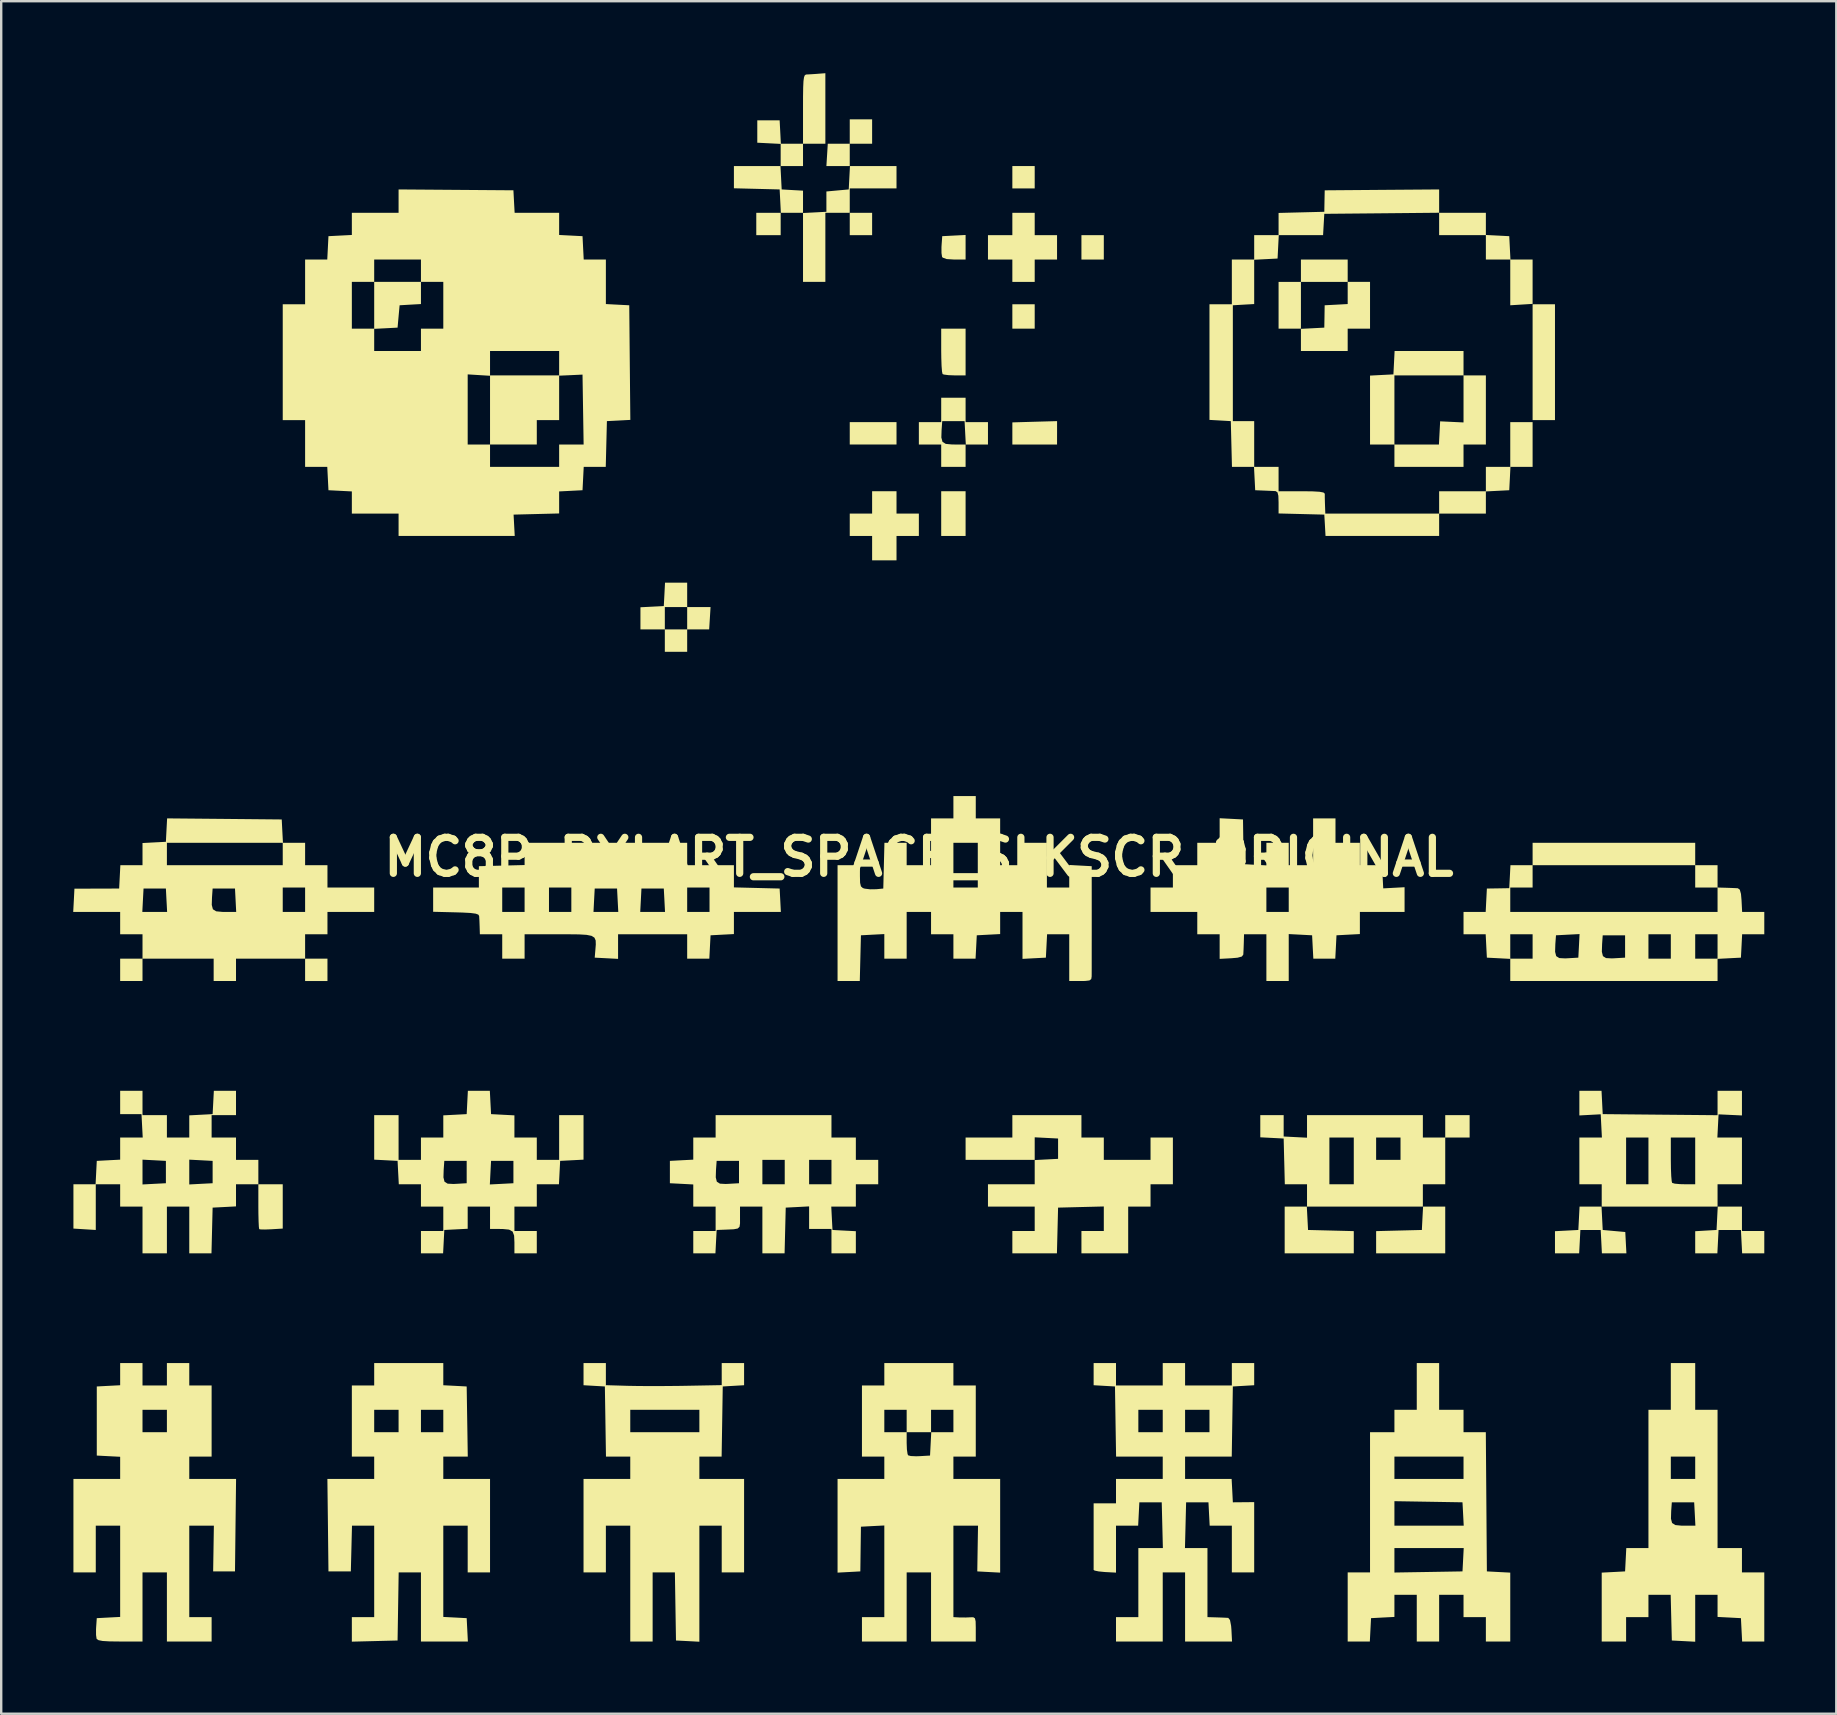
<source format=kicad_pcb>
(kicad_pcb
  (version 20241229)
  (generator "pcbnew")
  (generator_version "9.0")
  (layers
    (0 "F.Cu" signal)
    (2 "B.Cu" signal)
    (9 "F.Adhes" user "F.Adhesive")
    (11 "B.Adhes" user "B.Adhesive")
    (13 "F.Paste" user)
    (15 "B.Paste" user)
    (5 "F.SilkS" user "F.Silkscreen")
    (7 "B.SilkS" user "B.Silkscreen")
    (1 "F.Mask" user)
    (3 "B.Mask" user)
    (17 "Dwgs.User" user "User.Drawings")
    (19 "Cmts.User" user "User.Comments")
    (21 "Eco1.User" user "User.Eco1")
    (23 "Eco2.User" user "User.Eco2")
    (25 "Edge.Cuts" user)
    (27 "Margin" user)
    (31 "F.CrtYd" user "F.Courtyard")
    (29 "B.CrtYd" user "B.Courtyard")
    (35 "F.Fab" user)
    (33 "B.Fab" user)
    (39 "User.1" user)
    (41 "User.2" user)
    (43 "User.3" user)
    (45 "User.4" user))
  (footprint "MC8P_PXLART_SPACE_SLKSCR_ORIGINAL"
    (layer "F.Cu")
    (at 35.23 32.655)
    (property "Reference" "MC8P_PXLART_SPACE_SLKSCR_ORIGINAL" (at 0 0 0) (layer "F.SilkS") (effects (font (size 1.5 1.5) (thickness 0.3))))
    (attr board_only exclude_from_pos_files exclude_from_bom)
    (fp_poly (pts (xy -24.638 4.699) (xy -24.638 5.165) (xy -25.104 5.165) (xy -25.569 5.165) (xy -25.569 4.699) (xy -25.569 4.233) (xy -25.104 4.233) (xy -24.638 4.233)) (stroke (width 0) (type solid)) (fill yes) (layer "F.SilkS"))
    (fp_poly (pts (xy -5.757 -26.374) (xy -5.757 -25.908) (xy -6.265 -25.908) (xy -6.773 -25.908) (xy -6.773 -26.374) (xy -6.773 -26.839) (xy -6.261 -26.839) (xy -5.757 -26.839)) (stroke (width 0) (type solid)) (fill yes) (layer "F.SilkS"))
    (fp_poly (pts (xy -1.947 -26.374) (xy -1.947 -25.908) (xy -2.413 -25.908) (xy -2.879 -25.908) (xy -2.879 -26.374) (xy -2.879 -26.839) (xy -2.413 -26.839) (xy -1.947 -26.839)) (stroke (width 0) (type solid)) (fill yes) (layer "F.SilkS"))
    (fp_poly (pts (xy -0.931 -17.653) (xy -0.931 -17.187) (xy -1.905 -17.187) (xy -2.879 -17.187) (xy -2.879 -17.653) (xy -2.879 -18.119) (xy -1.905 -18.119) (xy -0.931 -18.119)) (stroke (width 0) (type solid)) (fill yes) (layer "F.SilkS"))
    (fp_poly (pts (xy 1.947 -14.309) (xy 1.947 -13.377) (xy 1.439 -13.377) (xy 0.931 -13.377) (xy 0.931 -14.309) (xy 0.931 -15.24) (xy 1.439 -15.24) (xy 1.947 -15.24)) (stroke (width 0) (type solid)) (fill yes) (layer "F.SilkS"))
    (fp_poly (pts (xy 4.826 -28.321) (xy 4.826 -27.855) (xy 4.36 -27.855) (xy 3.895 -27.855) (xy 3.895 -28.321) (xy 3.895 -28.787) (xy 4.36 -28.787) (xy 4.826 -28.787)) (stroke (width 0) (type solid)) (fill yes) (layer "F.SilkS"))
    (fp_poly (pts (xy 4.826 -22.521) (xy 4.826 -22.013) (xy 4.36 -22.013) (xy 3.895 -22.013) (xy 3.895 -22.521) (xy 3.895 -23.029) (xy 4.36 -23.029) (xy 4.826 -23.029)) (stroke (width 0) (type solid)) (fill yes) (layer "F.SilkS"))
    (fp_poly (pts (xy 5.758 -17.674) (xy 5.757 -17.187) (xy 4.826 -17.187) (xy 3.895 -17.187) (xy 3.895 -17.648) (xy 3.895 -18.108) (xy 4.826 -18.135) (xy 5.758 -18.161)) (stroke (width 0) (type solid)) (fill yes) (layer "F.SilkS"))
    (fp_poly (pts (xy 7.705 -25.4) (xy 7.705 -24.892) (xy 7.239 -24.892) (xy 6.773 -24.892) (xy 6.773 -25.4) (xy 6.773 -25.908) (xy 7.239 -25.908) (xy 7.705 -25.908)) (stroke (width 0) (type solid)) (fill yes) (layer "F.SilkS"))
    (fp_poly (pts (xy 26.501 -20.616) (xy 26.501 -18.203) (xy 26.035 -18.203) (xy 25.569 -18.203) (xy 25.569 -20.624) (xy 25.569 -23.029) (xy 26.035 -23.029) (xy 26.501 -23.029)) (stroke (width 0) (type solid)) (fill yes) (layer "F.SilkS"))
    (fp_poly (pts (xy -20.743 -23.499) (xy -20.743 -23.038) (xy -21.188 -23.013) (xy -21.632 -22.987) (xy -21.675 -22.521) (xy -21.717 -22.056) (xy -22.204 -22.03) (xy -22.691 -22.005) (xy -22.691 -22.983) (xy -22.691 -23.961) (xy -21.717 -23.961) (xy -20.743 -23.961)) (stroke (width 0) (type solid)) (fill yes) (layer "F.SilkS"))
    (fp_poly (pts (xy -14.986 -19.135) (xy -14.986 -18.203) (xy -15.452 -18.203) (xy -15.917 -18.203) (xy -15.917 -17.695) (xy -15.917 -17.187) (xy -16.891 -17.187) (xy -17.865 -17.187) (xy -17.865 -18.627) (xy -17.865 -20.066) (xy -16.425 -20.066) (xy -14.986 -20.066)) (stroke (width 0) (type solid)) (fill yes) (layer "F.SilkS"))
    (fp_poly (pts (xy 1.947 -25.404) (xy 1.947 -24.892) (xy 1.479 -24.892) (xy 1.16 -24.912) (xy 0.993 -24.972) (xy 0.966 -25.009) (xy 0.943 -25.163) (xy 0.942 -25.406) (xy 0.947 -25.496) (xy 0.974 -25.866) (xy 1.46 -25.891) (xy 1.947 -25.916)) (stroke (width 0) (type solid)) (fill yes) (layer "F.SilkS"))
    (fp_poly (pts (xy 16.188 15.05) (xy 16.214 15.536) (xy 17.166 15.56) (xy 18.119 15.584) (xy 18.119 16.047) (xy 18.119 16.51) (xy 16.679 16.51) (xy 15.24 16.51) (xy 15.24 15.536) (xy 15.24 14.563) (xy 15.706 14.563) (xy 16.163 14.563)) (stroke (width 0) (type solid)) (fill yes) (layer "F.SilkS"))
    (fp_poly (pts (xy 21.929 15.536) (xy 21.929 16.51) (xy 20.489 16.51) (xy 19.05 16.51) (xy 19.05 16.047) (xy 19.05 15.584) (xy 20.003 15.56) (xy 20.955 15.536) (xy 20.98 15.05) (xy 21.006 14.563) (xy 21.463 14.563) (xy 21.929 14.563)) (stroke (width 0) (type solid)) (fill yes) (layer "F.SilkS"))
    (fp_poly (pts (xy -26.501 14.555) (xy -26.501 15.478) (xy -26.974 15.507) (xy -27.238 15.517) (xy -27.425 15.513) (xy -27.482 15.501) (xy -27.496 15.407) (xy -27.507 15.18) (xy -27.515 14.856) (xy -27.517 14.549) (xy -27.517 13.631) (xy -27.009 13.631) (xy -26.501 13.631)) (stroke (width 0) (type solid)) (fill yes) (layer "F.SilkS"))
    (fp_poly (pts (xy 1.947 -21.04) (xy 1.947 -20.066) (xy 1.496 -20.066) (xy 1.232 -20.076) (xy 1.043 -20.101) (xy 0.988 -20.122) (xy 0.965 -20.225) (xy 0.946 -20.46) (xy 0.935 -20.79) (xy 0.931 -21.096) (xy 0.931 -22.013) (xy 1.439 -22.013) (xy 1.947 -22.013)) (stroke (width 0) (type solid)) (fill yes) (layer "F.SilkS"))
    (fp_poly (pts (xy -5.74 -28.3) (xy -5.715 -27.813) (xy -5.271 -27.787) (xy -4.826 -27.762) (xy -4.826 -27.296) (xy -4.826 -26.839) (xy -5.292 -26.839) (xy -5.749 -26.839) (xy -5.774 -27.326) (xy -5.8 -27.813) (xy -6.752 -27.837) (xy -7.705 -27.861) (xy -7.705 -28.324) (xy -7.705 -28.787) (xy -6.731 -28.787) (xy -5.766 -28.787)) (stroke (width 0) (type solid)) (fill yes) (layer "F.SilkS"))
    (fp_poly (pts (xy 17.865 -24.426) (xy 17.865 -23.961) (xy 16.891 -23.961) (xy 15.917 -23.961) (xy 15.917 -22.983) (xy 15.917 -22.013) (xy 15.452 -22.013) (xy 14.986 -22.013) (xy 14.986 -22.987) (xy 14.986 -23.961) (xy 15.452 -23.961) (xy 15.917 -23.961) (xy 15.917 -24.426) (xy 15.917 -24.892) (xy 16.891 -24.892) (xy 17.865 -24.892)) (stroke (width 0) (type solid)) (fill yes) (layer "F.SilkS"))
    (fp_poly (pts (xy 18.796 -22.987) (xy 18.796 -22.013) (xy 18.33 -22.013) (xy 17.865 -22.013) (xy 17.865 -21.548) (xy 17.865 -21.082) (xy 16.891 -21.082) (xy 15.917 -21.082) (xy 15.917 -21.548) (xy 15.917 -22.005) (xy 16.404 -22.03) (xy 16.891 -22.056) (xy 16.899 -22.521) (xy 16.906 -22.987) (xy 17.386 -23.012) (xy 17.865 -23.038) (xy 17.865 -23.499) (xy 17.865 -23.961) (xy 18.33 -23.961) (xy 18.796 -23.961)) (stroke (width 0) (type solid)) (fill yes) (layer "F.SilkS"))
    (fp_poly (pts (xy -0.931 -14.774) (xy -0.931 -14.309) (xy -0.466 -14.309) (xy 0 -14.309) (xy 0 -13.843) (xy 0 -13.377) (xy -0.466 -13.377) (xy -0.931 -13.377) (xy -0.931 -12.869) (xy -0.931 -12.361) (xy -1.439 -12.361) (xy -1.947 -12.361) (xy -1.947 -12.869) (xy -1.947 -13.377) (xy -2.413 -13.377) (xy -2.879 -13.377) (xy -2.879 -13.843) (xy -2.879 -14.309) (xy -2.413 -14.309) (xy -1.947 -14.309) (xy -1.947 -14.774) (xy -1.947 -15.24) (xy -1.439 -15.24) (xy -0.931 -15.24)) (stroke (width 0) (type solid)) (fill yes) (layer "F.SilkS"))
    (fp_poly (pts (xy 4.826 -26.374) (xy 4.826 -25.908) (xy 5.292 -25.908) (xy 5.757 -25.908) (xy 5.757 -25.4) (xy 5.757 -24.892) (xy 5.292 -24.892) (xy 4.826 -24.892) (xy 4.826 -24.426) (xy 4.826 -23.961) (xy 4.36 -23.961) (xy 3.895 -23.961) (xy 3.895 -24.426) (xy 3.895 -24.892) (xy 3.387 -24.892) (xy 2.879 -24.892) (xy 2.879 -25.4) (xy 2.879 -25.908) (xy 3.387 -25.908) (xy 3.895 -25.908) (xy 3.895 -26.374) (xy 3.895 -26.839) (xy 4.36 -26.839) (xy 4.826 -26.839)) (stroke (width 0) (type solid)) (fill yes) (layer "F.SilkS"))
    (fp_poly (pts (xy 28.465 15.05) (xy 28.49 15.536) (xy 28.96 15.579) (xy 29.43 15.621) (xy 29.453 16.066) (xy 29.477 16.51) (xy 28.967 16.51) (xy 28.456 16.51) (xy 28.431 16.023) (xy 28.406 15.536) (xy 27.982 15.536) (xy 27.559 15.536) (xy 27.534 16.023) (xy 27.508 16.51) (xy 27.004 16.51) (xy 26.501 16.51) (xy 26.501 16.049) (xy 26.501 15.587) (xy 26.988 15.562) (xy 27.474 15.536) (xy 27.5 15.05) (xy 27.525 14.563) (xy 27.987 14.563) (xy 28.44 14.563)) (stroke (width 0) (type solid)) (fill yes) (layer "F.SilkS"))
    (fp_poly (pts (xy 34.29 15.071) (xy 34.29 15.579) (xy 34.756 15.579) (xy 35.221 15.579) (xy 35.221 16.044) (xy 35.221 16.51) (xy 34.76 16.51) (xy 34.298 16.51) (xy 34.273 16.023) (xy 34.248 15.536) (xy 33.782 15.536) (xy 33.316 15.536) (xy 33.291 16.023) (xy 33.266 16.51) (xy 32.804 16.51) (xy 32.343 16.51) (xy 32.343 16.049) (xy 32.343 15.588) (xy 32.787 15.562) (xy 33.232 15.536) (xy 33.257 15.05) (xy 33.282 14.563) (xy 33.782 14.563) (xy 34.29 14.563)) (stroke (width 0) (type solid)) (fill yes) (layer "F.SilkS"))
    (fp_poly (pts (xy -3.895 -31.187) (xy -3.895 -29.718) (xy -4.36 -29.718) (xy -4.826 -29.718) (xy -4.826 -29.252) (xy -4.826 -28.787) (xy -5.296 -28.787) (xy -5.757 -28.787) (xy -5.757 -29.248) (xy -5.757 -29.71) (xy -6.244 -29.735) (xy -6.731 -29.76) (xy -6.731 -30.226) (xy -6.731 -30.692) (xy -6.265 -30.692) (xy -5.8 -30.692) (xy -5.774 -30.205) (xy -5.749 -29.718) (xy -5.287 -29.718) (xy -4.826 -29.718) (xy -4.826 -31.157) (xy -4.825 -31.684) (xy -4.819 -32.065) (xy -4.807 -32.324) (xy -4.785 -32.483) (xy -4.753 -32.567) (xy -4.706 -32.598) (xy -4.678 -32.602) (xy -4.496 -32.611) (xy -4.245 -32.628) (xy -4.212 -32.631) (xy -3.895 -32.655)) (stroke (width 0) (type solid)) (fill yes) (layer "F.SilkS"))
    (fp_poly (pts (xy -9.652 -10.922) (xy -9.652 -10.414) (xy -9.165 -10.414) (xy -8.678 -10.414) (xy -8.707 -9.948) (xy -8.736 -9.483) (xy -9.194 -9.483) (xy -9.652 -9.483) (xy -9.652 -9.017) (xy -9.652 -8.551) (xy -10.118 -8.551) (xy -10.583 -8.551) (xy -10.583 -9.017) (xy -10.583 -9.483) (xy -11.091 -9.483) (xy -11.599 -9.483) (xy -11.599 -9.944) (xy -11.599 -9.948) (xy -10.583 -9.948) (xy -10.583 -9.483) (xy -10.118 -9.483) (xy -9.652 -9.483) (xy -9.652 -9.948) (xy -9.652 -10.414) (xy -10.118 -10.414) (xy -10.583 -10.414) (xy -10.583 -9.948) (xy -11.599 -9.948) (xy -11.599 -10.406) (xy -11.113 -10.431) (xy -10.626 -10.456) (xy -10.6 -10.943) (xy -10.575 -11.43) (xy -10.113 -11.43) (xy -9.652 -11.43)) (stroke (width 0) (type solid)) (fill yes) (layer "F.SilkS"))
    (fp_poly (pts (xy 1.947 -18.627) (xy 1.947 -18.119) (xy 2.413 -18.119) (xy 2.879 -18.119) (xy 2.879 -17.653) (xy 2.879 -17.187) (xy 2.413 -17.187) (xy 1.956 -17.187) (xy 1.93 -17.674) (xy 1.905 -18.161) (xy 1.439 -18.161) (xy 0.974 -18.161) (xy 0.947 -17.791) (xy 0.937 -17.479) (xy 0.985 -17.297) (xy 1.122 -17.212) (xy 1.38 -17.188) (xy 1.483 -17.187) (xy 1.947 -17.187) (xy 1.947 -16.722) (xy 1.947 -16.256) (xy 1.439 -16.256) (xy 0.931 -16.256) (xy 0.931 -16.722) (xy 0.931 -17.187) (xy 0.466 -17.187) (xy 0 -17.187) (xy 0 -17.653) (xy 0 -18.119) (xy 0.466 -18.119) (xy 0.931 -18.119) (xy 0.931 -18.627) (xy 0.931 -19.135) (xy 1.439 -19.135) (xy 1.947 -19.135)) (stroke (width 0) (type solid)) (fill yes) (layer "F.SilkS"))
    (fp_poly (pts (xy 22.691 -20.574) (xy 22.691 -20.066) (xy 21.251 -20.066) (xy 19.812 -20.066) (xy 19.812 -18.627) (xy 19.812 -17.187) (xy 20.739 -17.187) (xy 21.666 -17.187) (xy 21.692 -17.67) (xy 21.717 -18.152) (xy 22.204 -18.129) (xy 22.691 -18.106) (xy 22.691 -19.086) (xy 22.691 -20.066) (xy 23.156 -20.066) (xy 23.622 -20.066) (xy 23.622 -18.627) (xy 23.622 -17.187) (xy 23.156 -17.187) (xy 22.691 -17.187) (xy 22.691 -16.722) (xy 22.691 -16.256) (xy 21.251 -16.256) (xy 19.812 -16.256) (xy 19.812 -16.722) (xy 19.812 -17.187) (xy 19.304 -17.187) (xy 18.796 -17.187) (xy 18.796 -18.622) (xy 18.796 -20.058) (xy 19.283 -20.083) (xy 19.77 -20.108) (xy 19.795 -20.595) (xy 19.82 -21.082) (xy 21.256 -21.082) (xy 22.691 -21.082)) (stroke (width 0) (type solid)) (fill yes) (layer "F.SilkS"))
    (fp_poly (pts (xy -1.947 -30.226) (xy -1.947 -29.718) (xy -2.413 -29.718) (xy -2.879 -29.718) (xy -2.879 -29.252) (xy -2.879 -28.787) (xy -1.905 -28.787) (xy -0.931 -28.787) (xy -0.931 -28.321) (xy -0.931 -27.855) (xy -1.905 -27.855) (xy -2.879 -27.855) (xy -2.879 -27.347) (xy -2.879 -26.839) (xy -3.387 -26.839) (xy -3.895 -26.839) (xy -3.895 -25.4) (xy -3.895 -23.961) (xy -4.36 -23.961) (xy -4.826 -23.961) (xy -4.826 -25.4) (xy -4.826 -26.831) (xy -4.339 -26.856) (xy -3.852 -26.882) (xy -3.852 -27.305) (xy -3.852 -27.728) (xy -3.387 -27.771) (xy -2.921 -27.813) (xy -2.896 -28.3) (xy -2.87 -28.787) (xy -3.361 -28.787) (xy -3.852 -28.786) (xy -3.823 -29.252) (xy -3.794 -29.718) (xy -3.336 -29.718) (xy -2.879 -29.718) (xy -2.879 -30.226) (xy -2.879 -30.734) (xy -2.413 -30.734) (xy -1.947 -30.734)) (stroke (width 0) (type solid)) (fill yes) (layer "F.SilkS"))
    (fp_poly (pts (xy 15.198 11.197) (xy 15.198 11.642) (xy 15.684 11.667) (xy 16.171 11.692) (xy 16.171 11.223) (xy 16.171 10.753) (xy 18.584 10.753) (xy 20.997 10.753) (xy 20.997 11.218) (xy 20.997 11.684) (xy 21.463 11.684) (xy 21.929 11.684) (xy 21.929 11.218) (xy 21.929 10.753) (xy 22.437 10.753) (xy 22.945 10.753) (xy 22.945 11.218) (xy 22.945 11.684) (xy 22.437 11.684) (xy 21.929 11.684) (xy 21.929 12.658) (xy 21.929 13.631) (xy 21.463 13.631) (xy 20.997 13.631) (xy 20.997 14.097) (xy 20.997 14.563) (xy 18.584 14.563) (xy 16.171 14.563) (xy 16.171 14.097) (xy 16.171 13.631) (xy 15.708 13.631) (xy 15.246 13.631) (xy 15.222 12.679) (xy 15.221 12.658) (xy 17.103 12.658) (xy 17.103 13.631) (xy 17.611 13.631) (xy 18.119 13.631) (xy 18.119 12.658) (xy 18.119 12.15) (xy 19.05 12.15) (xy 19.05 12.615) (xy 19.558 12.615) (xy 20.066 12.615) (xy 20.066 12.15) (xy 20.066 11.684) (xy 19.558 11.684) (xy 19.05 11.684) (xy 19.05 12.15) (xy 18.119 12.15) (xy 18.119 11.684) (xy 17.611 11.684) (xy 17.103 11.684) (xy 17.103 12.658) (xy 15.221 12.658) (xy 15.198 11.726) (xy 14.711 11.701) (xy 14.224 11.676) (xy 14.224 11.214) (xy 14.224 10.753) (xy 14.711 10.753) (xy 15.198 10.752)) (stroke (width 0) (type solid)) (fill yes) (layer "F.SilkS"))
    (fp_poly (pts (xy 28.465 10.223) (xy 28.49 10.71) (xy 30.882 10.733) (xy 33.274 10.755) (xy 33.274 10.246) (xy 33.274 9.737) (xy 33.782 9.737) (xy 34.29 9.737) (xy 34.29 10.251) (xy 34.29 10.765) (xy 33.803 10.742) (xy 33.316 10.719) (xy 33.291 11.202) (xy 33.266 11.684) (xy 33.778 11.684) (xy 34.29 11.684) (xy 34.29 12.658) (xy 34.29 13.631) (xy 33.782 13.631) (xy 33.274 13.631) (xy 33.274 14.097) (xy 33.274 14.563) (xy 30.861 14.563) (xy 28.448 14.563) (xy 28.448 14.097) (xy 28.448 13.631) (xy 27.982 13.631) (xy 27.517 13.631) (xy 27.517 12.658) (xy 29.464 12.658) (xy 29.464 13.631) (xy 29.93 13.631) (xy 30.395 13.631) (xy 30.395 12.658) (xy 30.395 12.601) (xy 31.327 12.601) (xy 31.332 12.98) (xy 31.345 13.293) (xy 31.364 13.505) (xy 31.383 13.575) (xy 31.493 13.607) (xy 31.715 13.627) (xy 31.891 13.631) (xy 32.343 13.631) (xy 32.343 12.658) (xy 32.343 11.684) (xy 31.835 11.684) (xy 31.327 11.684) (xy 31.327 12.601) (xy 30.395 12.601) (xy 30.395 11.684) (xy 29.93 11.684) (xy 29.464 11.684) (xy 29.464 12.658) (xy 27.517 12.658) (xy 27.517 11.684) (xy 27.987 11.684) (xy 28.456 11.684) (xy 28.431 11.201) (xy 28.406 10.717) (xy 27.961 10.741) (xy 27.517 10.765) (xy 27.517 10.251) (xy 27.517 9.737) (xy 27.978 9.737) (xy 28.44 9.737)) (stroke (width 0) (type solid)) (fill yes) (layer "F.SilkS"))
    (fp_poly (pts (xy 6.773 11.218) (xy 6.773 11.684) (xy 7.239 11.684) (xy 7.705 11.684) (xy 7.705 12.15) (xy 7.705 12.615) (xy 8.678 12.615) (xy 9.652 12.615) (xy 9.652 12.15) (xy 9.652 11.684) (xy 10.118 11.684) (xy 10.583 11.684) (xy 10.583 12.658) (xy 10.583 13.631) (xy 10.118 13.631) (xy 9.652 13.631) (xy 9.652 14.097) (xy 9.652 14.563) (xy 9.186 14.563) (xy 8.721 14.563) (xy 8.721 15.536) (xy 8.721 16.51) (xy 7.747 16.51) (xy 6.773 16.51) (xy 6.773 16.044) (xy 6.773 15.579) (xy 7.239 15.579) (xy 7.705 15.579) (xy 7.705 15.068) (xy 7.705 14.557) (xy 6.752 14.581) (xy 5.8 14.605) (xy 5.776 15.557) (xy 5.752 16.51) (xy 4.823 16.51) (xy 3.895 16.51) (xy 3.895 16.044) (xy 3.895 15.579) (xy 4.36 15.579) (xy 4.826 15.579) (xy 4.826 15.071) (xy 4.826 14.563) (xy 3.852 14.563) (xy 2.879 14.563) (xy 2.879 14.097) (xy 2.879 13.631) (xy 3.852 13.631) (xy 4.826 13.631) (xy 4.826 13.123) (xy 4.826 12.624) (xy 5.313 12.598) (xy 5.8 12.573) (xy 5.8 12.15) (xy 5.8 11.726) (xy 5.313 11.701) (xy 4.826 11.676) (xy 4.826 12.15) (xy 4.826 12.615) (xy 3.387 12.615) (xy 1.947 12.615) (xy 1.947 12.15) (xy 1.947 11.684) (xy 2.921 11.684) (xy 3.895 11.684) (xy 3.895 11.218) (xy 3.895 10.753) (xy 5.334 10.753) (xy 6.773 10.753)) (stroke (width 0) (type solid)) (fill yes) (layer "F.SilkS"))
    (fp_poly (pts (xy -13.039 21.542) (xy -13.039 22.002) (xy -12.129 22.029) (xy -11.723 22.036) (xy -11.202 22.04) (xy -10.619 22.038) (xy -10.027 22.033) (xy -9.716 22.028) (xy -8.213 22) (xy -8.213 21.541) (xy -8.213 21.082) (xy -7.747 21.082) (xy -7.281 21.082) (xy -7.281 21.543) (xy -7.281 22.004) (xy -7.726 22.03) (xy -8.17 22.056) (xy -8.193 23.516) (xy -8.217 24.977) (xy -8.68 24.977) (xy -9.144 24.977) (xy -9.144 25.442) (xy -9.144 25.908) (xy -8.213 25.908) (xy -7.281 25.908) (xy -7.281 27.855) (xy -7.281 29.803) (xy -7.747 29.803) (xy -8.213 29.803) (xy -8.213 28.829) (xy -8.213 27.855) (xy -8.678 27.855) (xy -9.144 27.855) (xy -9.144 30.273) (xy -9.144 32.69) (xy -9.631 32.664) (xy -10.118 32.639) (xy -10.141 31.221) (xy -10.164 29.803) (xy -10.628 29.803) (xy -11.091 29.803) (xy -11.091 31.242) (xy -11.091 32.681) (xy -11.557 32.681) (xy -12.023 32.681) (xy -12.023 30.268) (xy -12.023 27.855) (xy -12.531 27.855) (xy -13.039 27.855) (xy -13.039 28.829) (xy -13.039 29.803) (xy -13.504 29.803) (xy -13.97 29.803) (xy -13.97 27.855) (xy -13.97 25.908) (xy -12.996 25.908) (xy -12.023 25.908) (xy -12.023 25.442) (xy -12.023 24.977) (xy -12.529 24.977) (xy -13.035 24.977) (xy -13.058 23.516) (xy -13.058 23.495) (xy -12.023 23.495) (xy -12.023 23.961) (xy -10.583 23.961) (xy -9.144 23.961) (xy -9.144 23.495) (xy -9.144 23.029) (xy -10.583 23.029) (xy -12.023 23.029) (xy -12.023 23.495) (xy -13.058 23.495) (xy -13.081 22.056) (xy -13.525 22.03) (xy -13.97 22.004) (xy -13.97 21.543) (xy -13.97 21.082) (xy -13.504 21.082) (xy -13.039 21.082)) (stroke (width 0) (type solid)) (fill yes) (layer "F.SilkS"))
    (fp_poly (pts (xy 32.343 22.056) (xy 32.343 23.029) (xy 32.808 23.029) (xy 33.274 23.029) (xy 33.274 25.908) (xy 33.274 28.787) (xy 33.782 28.787) (xy 34.29 28.787) (xy 34.29 29.295) (xy 34.29 29.803) (xy 34.756 29.803) (xy 35.221 29.803) (xy 35.221 31.242) (xy 35.221 32.681) (xy 34.76 32.681) (xy 34.298 32.681) (xy 34.273 32.194) (xy 34.248 31.708) (xy 33.761 31.682) (xy 33.274 31.657) (xy 33.274 31.195) (xy 33.274 30.734) (xy 32.808 30.734) (xy 32.343 30.734) (xy 32.343 31.712) (xy 32.343 32.69) (xy 31.856 32.664) (xy 31.369 32.639) (xy 31.345 31.686) (xy 31.321 30.734) (xy 30.858 30.734) (xy 30.395 30.734) (xy 30.395 31.2) (xy 30.395 31.665) (xy 29.93 31.665) (xy 29.464 31.665) (xy 29.464 32.173) (xy 29.464 32.681) (xy 28.956 32.681) (xy 28.448 32.681) (xy 28.448 31.246) (xy 28.448 29.811) (xy 28.935 29.786) (xy 29.422 29.76) (xy 29.447 29.273) (xy 29.472 28.787) (xy 29.934 28.787) (xy 30.395 28.787) (xy 30.395 27.564) (xy 31.333 27.564) (xy 31.38 27.745) (xy 31.517 27.83) (xy 31.775 27.855) (xy 31.879 27.855) (xy 32.351 27.855) (xy 32.326 27.369) (xy 32.3 26.882) (xy 31.835 26.882) (xy 31.369 26.882) (xy 31.342 27.251) (xy 31.333 27.564) (xy 30.395 27.564) (xy 30.395 25.908) (xy 30.395 25.442) (xy 31.327 25.442) (xy 31.327 25.908) (xy 31.835 25.908) (xy 32.343 25.908) (xy 32.343 25.442) (xy 32.343 24.977) (xy 31.835 24.977) (xy 31.327 24.977) (xy 31.327 25.442) (xy 30.395 25.442) (xy 30.395 23.029) (xy 30.861 23.029) (xy 31.327 23.029) (xy 31.327 22.056) (xy 31.327 21.082) (xy 31.835 21.082) (xy 32.343 21.082)) (stroke (width 0) (type solid)) (fill yes) (layer "F.SilkS"))
    (fp_poly (pts (xy -19.812 21.543) (xy -19.812 22.005) (xy -19.325 22.03) (xy -18.838 22.056) (xy -18.815 23.516) (xy -18.792 24.977) (xy -19.302 24.977) (xy -19.812 24.977) (xy -19.812 25.442) (xy -19.812 25.908) (xy -18.838 25.908) (xy -17.865 25.908) (xy -17.865 27.855) (xy -17.865 29.803) (xy -18.33 29.803) (xy -18.796 29.803) (xy -18.796 28.829) (xy -18.796 27.855) (xy -19.304 27.855) (xy -19.812 27.855) (xy -19.812 29.756) (xy -19.812 31.657) (xy -19.325 31.682) (xy -18.838 31.708) (xy -18.813 32.194) (xy -18.788 32.681) (xy -19.765 32.681) (xy -20.743 32.681) (xy -20.743 31.242) (xy -20.743 29.803) (xy -21.207 29.803) (xy -21.671 29.803) (xy -21.694 31.221) (xy -21.717 32.639) (xy -22.669 32.663) (xy -23.622 32.687) (xy -23.622 32.176) (xy -23.622 31.665) (xy -23.156 31.665) (xy -22.691 31.665) (xy -22.691 29.76) (xy -22.691 27.855) (xy -23.154 27.855) (xy -23.616 27.855) (xy -23.64 28.808) (xy -23.664 29.76) (xy -24.13 29.76) (xy -24.596 29.76) (xy -24.618 27.834) (xy -24.641 25.908) (xy -23.666 25.908) (xy -22.691 25.908) (xy -22.691 25.442) (xy -22.691 24.977) (xy -23.156 24.977) (xy -23.622 24.977) (xy -23.622 23.495) (xy -22.691 23.495) (xy -22.691 23.961) (xy -22.183 23.961) (xy -21.675 23.961) (xy -21.675 23.495) (xy -20.743 23.495) (xy -20.743 23.961) (xy -20.278 23.961) (xy -19.812 23.961) (xy -19.812 23.495) (xy -19.812 23.029) (xy -20.278 23.029) (xy -20.743 23.029) (xy -20.743 23.495) (xy -21.675 23.495) (xy -21.675 23.029) (xy -22.183 23.029) (xy -22.691 23.029) (xy -22.691 23.495) (xy -23.622 23.495) (xy -23.622 22.013) (xy -23.156 22.013) (xy -22.691 22.013) (xy -22.691 21.548) (xy -22.691 21.082) (xy -21.251 21.082) (xy -19.812 21.082)) (stroke (width 0) (type solid)) (fill yes) (layer "F.SilkS"))
    (fp_poly (pts (xy -32.343 21.548) (xy -32.343 22.013) (xy -31.835 22.013) (xy -31.327 22.013) (xy -31.327 21.548) (xy -31.327 21.082) (xy -30.861 21.082) (xy -30.395 21.082) (xy -30.395 21.548) (xy -30.395 22.013) (xy -29.93 22.013) (xy -29.464 22.013) (xy -29.464 23.495) (xy -29.464 24.977) (xy -29.93 24.977) (xy -30.395 24.977) (xy -30.395 25.442) (xy -30.395 25.908) (xy -29.42 25.908) (xy -28.445 25.908) (xy -28.468 27.834) (xy -28.49 29.76) (xy -28.945 29.76) (xy -29.4 29.76) (xy -29.385 28.808) (xy -29.37 27.855) (xy -29.883 27.855) (xy -30.395 27.855) (xy -30.395 29.76) (xy -30.395 31.665) (xy -29.93 31.665) (xy -29.464 31.665) (xy -29.464 32.173) (xy -29.464 32.681) (xy -30.395 32.681) (xy -31.327 32.681) (xy -31.327 31.242) (xy -31.327 29.803) (xy -31.835 29.803) (xy -32.343 29.803) (xy -32.343 31.242) (xy -32.343 32.681) (xy -33.277 32.681) (xy -33.712 32.676) (xy -34.003 32.659) (xy -34.174 32.626) (xy -34.25 32.575) (xy -34.256 32.564) (xy -34.278 32.411) (xy -34.279 32.168) (xy -34.274 32.077) (xy -34.248 31.708) (xy -33.761 31.682) (xy -33.274 31.657) (xy -33.274 29.756) (xy -33.274 27.855) (xy -33.782 27.855) (xy -34.29 27.855) (xy -34.29 28.829) (xy -34.29 29.803) (xy -34.756 29.803) (xy -35.221 29.803) (xy -35.221 27.855) (xy -35.221 25.908) (xy -34.248 25.908) (xy -33.274 25.908) (xy -33.274 25.447) (xy -33.274 24.985) (xy -33.761 24.96) (xy -34.248 24.934) (xy -34.248 23.495) (xy -32.343 23.495) (xy -32.343 23.961) (xy -31.835 23.961) (xy -31.327 23.961) (xy -31.327 23.495) (xy -31.327 23.029) (xy -31.835 23.029) (xy -32.343 23.029) (xy -32.343 23.495) (xy -34.248 23.495) (xy -34.248 22.056) (xy -33.761 22.03) (xy -33.274 22.005) (xy -33.274 21.543) (xy -33.274 21.082) (xy -32.808 21.082) (xy -32.343 21.082)) (stroke (width 0) (type solid)) (fill yes) (layer "F.SilkS"))
    (fp_poly (pts (xy 21.675 22.056) (xy 21.675 23.029) (xy 22.183 23.029) (xy 22.691 23.029) (xy 22.691 23.495) (xy 22.691 23.961) (xy 23.155 23.961) (xy 23.62 23.961) (xy 23.642 26.86) (xy 23.664 29.76) (xy 24.151 29.786) (xy 24.638 29.811) (xy 24.638 31.246) (xy 24.638 32.681) (xy 24.13 32.681) (xy 23.622 32.681) (xy 23.622 32.173) (xy 23.622 31.665) (xy 23.156 31.665) (xy 22.691 31.665) (xy 22.691 31.2) (xy 22.691 30.734) (xy 22.183 30.734) (xy 21.675 30.734) (xy 21.675 31.708) (xy 21.675 32.681) (xy 21.209 32.681) (xy 20.743 32.681) (xy 20.743 31.708) (xy 20.743 30.734) (xy 20.278 30.734) (xy 19.812 30.734) (xy 19.812 31.195) (xy 19.812 31.657) (xy 19.325 31.682) (xy 18.838 31.708) (xy 18.813 32.194) (xy 18.788 32.681) (xy 18.326 32.681) (xy 17.865 32.681) (xy 17.865 31.242) (xy 17.865 29.803) (xy 18.33 29.803) (xy 18.796 29.803) (xy 18.796 29.297) (xy 19.812 29.297) (xy 19.812 29.807) (xy 21.23 29.784) (xy 22.648 29.76) (xy 22.674 29.273) (xy 22.699 28.787) (xy 21.256 28.787) (xy 19.812 28.787) (xy 19.812 29.297) (xy 18.796 29.297) (xy 18.796 27.345) (xy 19.812 27.345) (xy 19.812 27.855) (xy 21.256 27.855) (xy 22.699 27.855) (xy 22.674 27.369) (xy 22.648 26.882) (xy 21.23 26.858) (xy 19.812 26.835) (xy 19.812 27.345) (xy 18.796 27.345) (xy 18.796 26.882) (xy 18.796 25.442) (xy 19.812 25.442) (xy 19.812 25.908) (xy 21.251 25.908) (xy 22.691 25.908) (xy 22.691 25.442) (xy 22.691 24.977) (xy 21.251 24.977) (xy 19.812 24.977) (xy 19.812 25.442) (xy 18.796 25.442) (xy 18.796 23.961) (xy 19.304 23.961) (xy 19.812 23.961) (xy 19.812 23.495) (xy 19.812 23.029) (xy 20.278 23.029) (xy 20.743 23.029) (xy 20.743 22.056) (xy 20.743 21.082) (xy 21.209 21.082) (xy 21.675 21.082)) (stroke (width 0) (type solid)) (fill yes) (layer "F.SilkS"))
    (fp_poly (pts (xy 13.018 -1.592) (xy 13.504 -1.566) (xy 13.517 -0.635) (xy 13.53 0.296) (xy 14.004 0.322) (xy 14.478 0.347) (xy 14.478 -0.123) (xy 14.478 -0.593) (xy 14.944 -0.593) (xy 15.409 -0.593) (xy 15.409 -0.127) (xy 15.409 0.339) (xy 15.917 0.339) (xy 16.425 0.339) (xy 16.425 -0.635) (xy 16.425 -1.609) (xy 16.891 -1.609) (xy 17.357 -1.609) (xy 17.357 -1.101) (xy 17.357 -0.593) (xy 17.865 -0.593) (xy 18.373 -0.593) (xy 18.373 -0.127) (xy 18.373 0.339) (xy 18.834 0.339) (xy 19.296 0.339) (xy 19.321 0.822) (xy 19.346 1.305) (xy 19.791 1.281) (xy 20.235 1.257) (xy 20.235 1.772) (xy 20.235 2.286) (xy 19.304 2.286) (xy 18.373 2.286) (xy 18.373 2.747) (xy 18.373 3.209) (xy 17.886 3.234) (xy 17.399 3.26) (xy 17.374 3.747) (xy 17.348 4.233) (xy 16.891 4.233) (xy 16.434 4.233) (xy 16.408 3.747) (xy 16.383 3.26) (xy 15.896 3.234) (xy 15.409 3.209) (xy 15.409 4.187) (xy 15.409 5.165) (xy 14.944 5.165) (xy 14.478 5.165) (xy 14.478 4.191) (xy 14.478 3.217) (xy 14.012 3.217) (xy 13.547 3.217) (xy 13.537 3.577) (xy 13.528 3.833) (xy 13.518 4.029) (xy 13.516 4.064) (xy 13.457 4.144) (xy 13.279 4.193) (xy 13.018 4.216) (xy 12.531 4.242) (xy 12.531 3.73) (xy 12.531 3.217) (xy 12.065 3.217) (xy 11.599 3.217) (xy 11.599 2.752) (xy 11.599 2.286) (xy 10.626 2.286) (xy 9.652 2.286) (xy 9.652 1.778) (xy 14.478 1.778) (xy 14.478 2.286) (xy 14.944 2.286) (xy 15.409 2.286) (xy 15.409 1.778) (xy 15.409 1.27) (xy 14.944 1.27) (xy 14.478 1.27) (xy 14.478 1.778) (xy 9.652 1.778) (xy 9.652 1.27) (xy 10.118 1.27) (xy 10.583 1.27) (xy 10.583 0.804) (xy 10.583 0.339) (xy 11.091 0.339) (xy 11.599 0.339) (xy 11.599 -0.127) (xy 11.599 -0.593) (xy 12.065 -0.593) (xy 12.531 -0.593) (xy 12.531 -1.105) (xy 12.531 -1.617)) (stroke (width 0) (type solid)) (fill yes) (layer "F.SilkS"))
    (fp_poly (pts (xy 1.439 21.548) (xy 1.439 22.013) (xy 1.905 22.013) (xy 2.371 22.013) (xy 2.371 23.495) (xy 2.371 24.977) (xy 1.905 24.977) (xy 1.439 24.977) (xy 1.439 25.442) (xy 1.439 25.908) (xy 2.413 25.908) (xy 3.387 25.908) (xy 3.387 27.86) (xy 3.387 29.811) (xy 2.91 29.786) (xy 2.434 29.76) (xy 2.449 28.808) (xy 2.465 27.855) (xy 1.952 27.855) (xy 1.439 27.855) (xy 1.439 29.76) (xy 1.439 31.665) (xy 1.672 31.678) (xy 1.949 31.681) (xy 2.138 31.673) (xy 2.266 31.67) (xy 2.336 31.714) (xy 2.365 31.842) (xy 2.371 32.092) (xy 2.371 32.168) (xy 2.371 32.681) (xy 1.439 32.681) (xy 0.508 32.681) (xy 0.508 31.242) (xy 0.508 29.803) (xy 0 29.803) (xy -0.508 29.803) (xy -0.508 31.242) (xy -0.508 32.681) (xy -1.439 32.681) (xy -2.371 32.681) (xy -2.371 32.173) (xy -2.371 31.665) (xy -1.905 31.665) (xy -1.439 31.665) (xy -1.439 29.756) (xy -1.439 27.847) (xy -1.926 27.872) (xy -2.413 27.898) (xy -2.426 28.829) (xy -2.438 29.76) (xy -2.912 29.786) (xy -3.387 29.811) (xy -3.387 27.86) (xy -3.387 25.908) (xy -2.413 25.908) (xy -1.439 25.908) (xy -1.439 25.442) (xy -1.439 24.977) (xy -1.905 24.977) (xy -2.371 24.977) (xy -2.371 23.495) (xy -1.439 23.495) (xy -1.439 23.961) (xy -0.974 23.961) (xy -0.508 23.961) (xy -0.508 24.412) (xy -0.498 24.677) (xy -0.471 24.867) (xy -0.448 24.924) (xy -0.335 24.954) (xy -0.113 24.964) (xy 0.039 24.959) (xy 0.466 24.934) (xy 0.491 24.448) (xy 0.516 23.961) (xy 0.978 23.961) (xy 1.439 23.961) (xy 1.439 23.495) (xy 1.439 23.029) (xy 0.974 23.029) (xy 0.508 23.029) (xy 0.508 23.495) (xy 0.508 23.961) (xy 0 23.961) (xy -0.508 23.961) (xy -0.508 23.495) (xy -0.508 23.029) (xy -0.974 23.029) (xy -1.439 23.029) (xy -1.439 23.495) (xy -2.371 23.495) (xy -2.371 22.013) (xy -1.905 22.013) (xy -1.439 22.013) (xy -1.439 21.548) (xy -1.439 21.082) (xy 0 21.082) (xy 1.439 21.082)) (stroke (width 0) (type solid)) (fill yes) (layer "F.SilkS"))
    (fp_poly (pts (xy -32.343 10.245) (xy -32.343 10.753) (xy -31.835 10.753) (xy -31.327 10.753) (xy -31.327 11.218) (xy -31.327 11.684) (xy -30.861 11.684) (xy -30.395 11.684) (xy -30.395 11.223) (xy -30.395 10.761) (xy -29.909 10.736) (xy -29.422 10.71) (xy -29.396 10.223) (xy -29.371 9.737) (xy -28.909 9.737) (xy -28.448 9.737) (xy -28.448 10.245) (xy -28.448 10.753) (xy -28.956 10.753) (xy -29.464 10.753) (xy -29.464 11.218) (xy -29.464 11.684) (xy -28.956 11.684) (xy -28.448 11.684) (xy -28.448 12.15) (xy -28.448 12.615) (xy -27.982 12.615) (xy -27.517 12.615) (xy -27.517 13.123) (xy -27.517 13.631) (xy -27.982 13.631) (xy -28.448 13.631) (xy -28.448 14.093) (xy -28.448 14.554) (xy -28.935 14.58) (xy -29.422 14.605) (xy -29.446 15.557) (xy -29.47 16.51) (xy -29.932 16.51) (xy -30.395 16.51) (xy -30.395 15.536) (xy -30.395 14.563) (xy -30.861 14.563) (xy -31.327 14.563) (xy -31.327 15.536) (xy -31.327 16.51) (xy -31.835 16.51) (xy -32.343 16.51) (xy -32.343 15.536) (xy -32.343 14.563) (xy -32.808 14.563) (xy -33.274 14.563) (xy -33.274 14.097) (xy -33.274 13.631) (xy -33.782 13.631) (xy -34.29 13.631) (xy -34.29 14.584) (xy -34.29 15.536) (xy -34.756 15.507) (xy -35.221 15.478) (xy -35.221 14.555) (xy -35.221 13.631) (xy -34.76 13.631) (xy -34.298 13.631) (xy -34.273 13.145) (xy -34.272 13.123) (xy -32.343 13.123) (xy -32.343 13.64) (xy -31.856 13.614) (xy -31.369 13.589) (xy -31.369 13.123) (xy -30.395 13.123) (xy -30.395 13.64) (xy -29.909 13.614) (xy -29.422 13.589) (xy -29.422 13.123) (xy -29.422 12.658) (xy -29.909 12.632) (xy -30.395 12.607) (xy -30.395 13.123) (xy -31.369 13.123) (xy -31.369 12.658) (xy -31.856 12.632) (xy -32.343 12.607) (xy -32.343 13.123) (xy -34.272 13.123) (xy -34.248 12.658) (xy -33.761 12.632) (xy -33.274 12.607) (xy -33.274 12.145) (xy -33.274 11.684) (xy -32.804 11.684) (xy -32.334 11.684) (xy -32.36 11.197) (xy -32.385 10.71) (xy -32.83 10.71) (xy -33.274 10.71) (xy -33.274 10.223) (xy -33.274 9.737) (xy -32.808 9.737) (xy -32.343 9.737)) (stroke (width 0) (type solid)) (fill yes) (layer "F.SilkS"))
    (fp_poly (pts (xy -28.931 -1.589) (xy -26.543 -1.566) (xy -26.518 -1.079) (xy -26.492 -0.593) (xy -26.031 -0.593) (xy -25.569 -0.593) (xy -25.569 -0.127) (xy -25.569 0.339) (xy -25.104 0.339) (xy -24.638 0.339) (xy -24.638 0.804) (xy -24.638 1.27) (xy -23.664 1.27) (xy -22.691 1.27) (xy -22.691 1.778) (xy -22.691 2.286) (xy -23.664 2.286) (xy -24.638 2.286) (xy -24.638 2.752) (xy -24.638 3.217) (xy -25.104 3.217) (xy -25.569 3.217) (xy -25.569 3.725) (xy -25.569 4.233) (xy -27.009 4.233) (xy -28.448 4.233) (xy -28.448 4.699) (xy -28.448 5.165) (xy -28.914 5.165) (xy -29.379 5.165) (xy -29.379 4.699) (xy -29.379 4.233) (xy -30.861 4.233) (xy -32.343 4.233) (xy -32.343 4.699) (xy -32.343 5.165) (xy -32.808 5.165) (xy -33.274 5.165) (xy -33.274 4.699) (xy -33.274 4.233) (xy -32.808 4.233) (xy -32.343 4.233) (xy -32.343 3.725) (xy -32.343 3.217) (xy -32.808 3.217) (xy -33.274 3.217) (xy -33.274 2.752) (xy -33.274 2.286) (xy -32.351 2.286) (xy -31.835 2.286) (xy -31.318 2.286) (xy -31.333 1.995) (xy -29.458 1.995) (xy -29.41 2.176) (xy -29.273 2.261) (xy -29.016 2.285) (xy -28.912 2.286) (xy -28.44 2.286) (xy -28.465 1.799) (xy -28.466 1.778) (xy -26.501 1.778) (xy -26.501 2.286) (xy -26.035 2.286) (xy -25.569 2.286) (xy -25.569 1.778) (xy -25.569 1.27) (xy -26.035 1.27) (xy -26.501 1.27) (xy -26.501 1.778) (xy -28.466 1.778) (xy -28.49 1.312) (xy -28.956 1.312) (xy -29.422 1.312) (xy -29.448 1.682) (xy -29.458 1.995) (xy -31.333 1.995) (xy -31.344 1.799) (xy -31.369 1.312) (xy -31.835 1.312) (xy -32.3 1.312) (xy -32.326 1.799) (xy -32.351 2.286) (xy -33.274 2.286) (xy -34.252 2.286) (xy -35.23 2.286) (xy -35.204 1.802) (xy -35.179 1.318) (xy -34.248 1.315) (xy -33.316 1.312) (xy -33.291 0.826) (xy -33.266 0.339) (xy -32.804 0.339) (xy -32.343 0.339) (xy -32.343 -0.123) (xy -32.343 -0.127) (xy -31.327 -0.127) (xy -31.327 0.339) (xy -28.914 0.339) (xy -26.501 0.339) (xy -26.501 -0.127) (xy -26.501 -0.593) (xy -28.914 -0.593) (xy -31.327 -0.593) (xy -31.327 -0.127) (xy -32.343 -0.127) (xy -32.343 -0.584) (xy -31.856 -0.61) (xy -31.369 -0.635) (xy -31.344 -1.123) (xy -31.318 -1.611)) (stroke (width 0) (type solid)) (fill yes) (layer "F.SilkS"))
    (fp_poly (pts (xy -3.641 11.218) (xy -3.641 11.684) (xy -3.133 11.684) (xy -2.625 11.684) (xy -2.625 12.15) (xy -2.625 12.615) (xy -2.159 12.615) (xy -1.693 12.615) (xy -1.693 13.123) (xy -1.693 13.631) (xy -2.159 13.631) (xy -2.625 13.631) (xy -2.625 14.097) (xy -2.625 14.563) (xy -3.137 14.563) (xy -3.649 14.563) (xy -3.624 15.05) (xy -3.598 15.536) (xy -3.111 15.562) (xy -2.625 15.587) (xy -2.625 16.049) (xy -2.625 16.51) (xy -3.133 16.51) (xy -3.641 16.51) (xy -3.641 16.002) (xy -3.641 15.494) (xy -4.106 15.494) (xy -4.572 15.494) (xy -4.572 15.024) (xy -4.572 14.554) (xy -5.059 14.58) (xy -5.546 14.605) (xy -5.57 15.557) (xy -5.594 16.51) (xy -6.056 16.51) (xy -6.519 16.51) (xy -6.519 15.536) (xy -6.519 14.563) (xy -6.985 14.563) (xy -7.451 14.563) (xy -7.451 15.028) (xy -7.45 15.262) (xy -7.471 15.403) (xy -7.547 15.476) (xy -7.712 15.507) (xy -8.001 15.52) (xy -8.128 15.525) (xy -8.424 15.536) (xy -8.45 16.023) (xy -8.475 16.51) (xy -8.937 16.51) (xy -9.398 16.51) (xy -9.398 16.044) (xy -9.398 15.579) (xy -8.932 15.579) (xy -8.467 15.579) (xy -8.467 15.071) (xy -8.467 14.563) (xy -8.932 14.563) (xy -9.398 14.563) (xy -9.398 14.101) (xy -9.398 13.64) (xy -9.885 13.614) (xy -10.372 13.589) (xy -10.372 13.344) (xy -8.461 13.344) (xy -8.416 13.526) (xy -8.286 13.607) (xy -8.044 13.62) (xy -7.938 13.615) (xy -7.493 13.589) (xy -7.493 13.123) (xy -6.519 13.123) (xy -6.519 13.631) (xy -6.054 13.631) (xy -5.588 13.631) (xy -5.588 13.123) (xy -4.572 13.123) (xy -4.572 13.631) (xy -4.106 13.631) (xy -3.641 13.631) (xy -3.641 13.123) (xy -3.641 12.615) (xy -4.106 12.615) (xy -4.572 12.615) (xy -4.572 13.123) (xy -5.588 13.123) (xy -5.588 12.615) (xy -6.054 12.615) (xy -6.519 12.615) (xy -6.519 13.123) (xy -7.493 13.123) (xy -7.493 12.658) (xy -7.959 12.658) (xy -8.424 12.658) (xy -8.451 13.027) (xy -8.461 13.344) (xy -10.372 13.344) (xy -10.372 13.123) (xy -10.372 12.658) (xy -9.885 12.632) (xy -9.398 12.607) (xy -9.398 12.145) (xy -9.398 11.684) (xy -8.932 11.684) (xy -8.467 11.684) (xy -8.467 11.218) (xy -8.467 10.753) (xy -6.054 10.753) (xy -3.641 10.753)) (stroke (width 0) (type solid)) (fill yes) (layer "F.SilkS"))
    (fp_poly (pts (xy 2.371 -2.074) (xy 2.371 -1.609) (xy 2.879 -1.609) (xy 3.387 -1.609) (xy 3.387 -0.635) (xy 3.387 0.339) (xy 3.852 0.339) (xy 4.318 0.339) (xy 4.318 -0.127) (xy 4.318 -0.593) (xy 4.826 -0.593) (xy 5.334 -0.593) (xy 5.334 0.339) (xy 5.334 1.27) (xy 5.8 1.27) (xy 6.265 1.27) (xy 6.265 0.8) (xy 6.265 0.33) (xy 6.733 0.356) (xy 7.201 0.381) (xy 7.202 2.582) (xy 7.202 3.186) (xy 7.201 3.74) (xy 7.201 4.222) (xy 7.201 4.606) (xy 7.2 4.867) (xy 7.199 4.974) (xy 7.182 5.084) (xy 7.107 5.141) (xy 6.933 5.162) (xy 6.731 5.165) (xy 6.265 5.165) (xy 6.265 4.191) (xy 6.265 3.217) (xy 5.804 3.217) (xy 5.342 3.217) (xy 5.317 3.704) (xy 5.292 4.191) (xy 4.805 4.216) (xy 4.318 4.242) (xy 4.318 3.264) (xy 4.318 2.286) (xy 3.852 2.286) (xy 3.387 2.286) (xy 3.387 2.747) (xy 3.387 3.209) (xy 2.9 3.234) (xy 2.413 3.26) (xy 2.388 3.747) (xy 2.362 4.233) (xy 1.901 4.233) (xy 1.439 4.233) (xy 1.439 3.725) (xy 1.439 3.217) (xy 0.974 3.217) (xy 0.508 3.217) (xy 0.508 2.752) (xy 0.508 2.286) (xy 0 2.286) (xy -0.508 2.286) (xy -0.508 3.26) (xy -0.508 4.233) (xy -0.974 4.233) (xy -1.439 4.233) (xy -1.439 3.721) (xy -1.439 3.209) (xy -1.926 3.234) (xy -2.413 3.26) (xy -2.437 4.212) (xy -2.461 5.165) (xy -2.924 5.165) (xy -3.387 5.165) (xy -3.387 2.752) (xy -3.387 0.339) (xy -2.921 0.339) (xy -2.455 0.339) (xy -2.455 0.803) (xy -2.448 1.074) (xy -2.413 1.221) (xy -2.333 1.292) (xy -2.255 1.317) (xy -2.027 1.344) (xy -1.769 1.34) (xy -1.482 1.312) (xy -1.458 0.36) (xy -1.434 -0.593) (xy -0.971 -0.593) (xy -0.508 -0.593) (xy -0.508 -0.127) (xy -0.508 0.339) (xy 0 0.339) (xy 0.508 0.339) (xy 1.439 0.339) (xy 1.439 1.27) (xy 1.947 1.27) (xy 2.455 1.27) (xy 2.455 0.339) (xy 2.455 -0.593) (xy 1.947 -0.593) (xy 1.439 -0.593) (xy 1.439 0.339) (xy 0.508 0.339) (xy 0.508 -0.635) (xy 0.508 -1.609) (xy 0.974 -1.609) (xy 1.439 -1.609) (xy 1.439 -2.074) (xy 1.439 -2.54) (xy 1.905 -2.54) (xy 2.371 -2.54)) (stroke (width 0) (type solid)) (fill yes) (layer "F.SilkS"))
    (fp_poly (pts (xy -17.848 10.223) (xy -17.822 10.71) (xy -17.335 10.736) (xy -16.849 10.761) (xy -16.849 11.223) (xy -16.849 11.684) (xy -16.383 11.684) (xy -15.917 11.684) (xy -15.917 12.15) (xy -15.917 12.615) (xy -15.452 12.615) (xy -14.986 12.615) (xy -14.986 11.684) (xy -14.986 10.753) (xy -14.478 10.753) (xy -13.97 10.753) (xy -13.97 11.68) (xy -13.97 12.607) (xy -14.457 12.632) (xy -14.944 12.658) (xy -14.969 13.145) (xy -14.994 13.631) (xy -15.456 13.631) (xy -15.917 13.631) (xy -15.917 14.097) (xy -15.917 14.563) (xy -16.383 14.563) (xy -16.849 14.563) (xy -16.849 15.071) (xy -16.849 15.579) (xy -16.383 15.579) (xy -15.917 15.579) (xy -15.917 16.044) (xy -15.917 16.51) (xy -16.383 16.51) (xy -16.849 16.51) (xy -16.849 16.053) (xy -16.862 15.769) (xy -16.925 15.602) (xy -17.073 15.521) (xy -17.341 15.495) (xy -17.491 15.494) (xy -17.865 15.494) (xy -17.865 15.028) (xy -17.865 14.563) (xy -18.33 14.563) (xy -18.796 14.563) (xy -18.796 15.024) (xy -18.796 15.486) (xy -19.283 15.511) (xy -19.77 15.536) (xy -19.795 16.023) (xy -19.82 16.51) (xy -20.282 16.51) (xy -20.743 16.51) (xy -20.743 16.044) (xy -20.743 15.579) (xy -20.278 15.579) (xy -19.812 15.579) (xy -19.812 15.071) (xy -19.812 14.563) (xy -20.278 14.563) (xy -20.743 14.563) (xy -20.743 14.097) (xy -20.743 13.64) (xy -17.873 13.64) (xy -17.382 13.615) (xy -16.891 13.589) (xy -16.891 13.123) (xy -16.891 12.658) (xy -17.357 12.658) (xy -17.822 12.658) (xy -17.848 13.149) (xy -17.873 13.64) (xy -20.743 13.64) (xy -20.743 13.631) (xy -21.205 13.631) (xy -21.666 13.631) (xy -21.681 13.344) (xy -19.806 13.344) (xy -19.761 13.526) (xy -19.632 13.607) (xy -19.389 13.62) (xy -19.284 13.615) (xy -18.838 13.589) (xy -18.838 13.123) (xy -18.838 12.658) (xy -19.304 12.658) (xy -19.77 12.658) (xy -19.796 13.027) (xy -19.806 13.344) (xy -21.681 13.344) (xy -21.692 13.145) (xy -21.717 12.658) (xy -22.204 12.632) (xy -22.691 12.607) (xy -22.691 11.68) (xy -22.691 10.753) (xy -22.183 10.753) (xy -21.675 10.753) (xy -21.675 11.684) (xy -21.675 12.615) (xy -21.209 12.615) (xy -20.743 12.615) (xy -20.743 12.15) (xy -20.743 11.684) (xy -20.278 11.684) (xy -19.812 11.684) (xy -19.812 11.223) (xy -19.812 10.761) (xy -19.325 10.736) (xy -18.838 10.71) (xy -18.813 10.223) (xy -18.788 9.737) (xy -18.33 9.737) (xy -17.873 9.737)) (stroke (width 0) (type solid)) (fill yes) (layer "F.SilkS"))
    (fp_poly (pts (xy -9.652 -0.127) (xy -9.652 0.339) (xy -8.678 0.339) (xy -7.705 0.339) (xy -7.705 0.802) (xy -7.705 1.264) (xy -6.752 1.288) (xy -5.8 1.312) (xy -5.774 1.799) (xy -5.749 2.286) (xy -6.727 2.286) (xy -7.705 2.286) (xy -7.705 2.747) (xy -7.705 3.209) (xy -8.191 3.234) (xy -8.678 3.26) (xy -8.704 3.747) (xy -8.729 4.233) (xy -9.191 4.233) (xy -9.652 4.233) (xy -9.652 3.725) (xy -9.652 3.217) (xy -11.091 3.217) (xy -12.531 3.217) (xy -12.531 3.73) (xy -12.531 4.242) (xy -13.018 4.216) (xy -13.504 4.191) (xy -13.477 3.875) (xy -13.459 3.645) (xy -13.464 3.475) (xy -13.516 3.358) (xy -13.636 3.283) (xy -13.846 3.241) (xy -14.167 3.222) (xy -14.622 3.217) (xy -14.992 3.217) (xy -16.425 3.217) (xy -16.425 3.725) (xy -16.425 4.233) (xy -16.891 4.233) (xy -17.357 4.233) (xy -17.357 3.725) (xy -17.357 3.217) (xy -17.822 3.217) (xy -18.288 3.217) (xy -18.298 2.9) (xy -18.307 2.655) (xy -18.318 2.472) (xy -18.319 2.455) (xy -18.354 2.398) (xy -18.464 2.358) (xy -18.676 2.33) (xy -19.016 2.312) (xy -19.283 2.304) (xy -20.235 2.28) (xy -20.235 1.778) (xy -17.357 1.778) (xy -17.357 2.286) (xy -16.891 2.286) (xy -16.425 2.286) (xy -16.425 1.778) (xy -15.409 1.778) (xy -15.409 2.286) (xy -14.944 2.286) (xy -14.478 2.286) (xy -13.555 2.286) (xy -13.039 2.286) (xy -12.522 2.286) (xy -11.608 2.286) (xy -11.091 2.286) (xy -10.575 2.286) (xy -10.6 1.799) (xy -10.601 1.778) (xy -9.652 1.778) (xy -9.652 2.286) (xy -9.186 2.286) (xy -8.721 2.286) (xy -8.721 1.778) (xy -8.721 1.27) (xy -9.186 1.27) (xy -9.652 1.27) (xy -9.652 1.778) (xy -10.601 1.778) (xy -10.626 1.312) (xy -11.091 1.312) (xy -11.557 1.312) (xy -11.582 1.799) (xy -11.608 2.286) (xy -12.522 2.286) (xy -12.548 1.799) (xy -12.573 1.312) (xy -13.039 1.312) (xy -13.504 1.312) (xy -13.53 1.799) (xy -13.555 2.286) (xy -14.478 2.286) (xy -14.478 1.778) (xy -14.478 1.27) (xy -14.944 1.27) (xy -15.409 1.27) (xy -15.409 1.778) (xy -16.425 1.778) (xy -16.425 1.27) (xy -16.891 1.27) (xy -17.357 1.27) (xy -17.357 1.778) (xy -20.235 1.778) (xy -20.235 1.775) (xy -20.235 1.27) (xy -19.283 1.27) (xy -18.33 1.27) (xy -18.33 0.826) (xy -18.33 0.381) (xy -17.378 0.357) (xy -16.425 0.333) (xy -16.425 -0.13) (xy -16.425 -0.593) (xy -13.039 -0.593) (xy -9.652 -0.593)) (stroke (width 0) (type solid)) (fill yes) (layer "F.SilkS"))
    (fp_poly (pts (xy -19.283 -27.795) (xy -16.891 -27.777) (xy -16.866 -27.308) (xy -16.84 -26.839) (xy -15.913 -26.839) (xy -14.986 -26.839) (xy -14.986 -26.378) (xy -14.986 -25.916) (xy -14.499 -25.891) (xy -14.012 -25.866) (xy -13.987 -25.379) (xy -13.962 -24.892) (xy -13.5 -24.892) (xy -13.039 -24.892) (xy -13.039 -23.965) (xy -13.039 -23.038) (xy -12.552 -23.012) (xy -12.065 -22.987) (xy -12.043 -20.599) (xy -12.02 -18.212) (xy -12.508 -18.186) (xy -12.996 -18.161) (xy -13.02 -17.209) (xy -13.044 -16.256) (xy -13.503 -16.256) (xy -13.962 -16.256) (xy -13.987 -15.769) (xy -14.012 -15.282) (xy -14.499 -15.257) (xy -14.986 -15.232) (xy -14.986 -14.773) (xy -14.986 -14.314) (xy -15.935 -14.29) (xy -16.884 -14.266) (xy -16.86 -13.822) (xy -16.836 -13.377) (xy -19.255 -13.377) (xy -21.675 -13.377) (xy -21.675 -13.843) (xy -21.675 -14.309) (xy -22.648 -14.309) (xy -23.622 -14.309) (xy -23.622 -14.77) (xy -23.622 -15.232) (xy -24.109 -15.257) (xy -24.596 -15.282) (xy -24.621 -15.769) (xy -24.646 -16.256) (xy -25.108 -16.256) (xy -25.569 -16.256) (xy -25.569 -17.23) (xy -25.569 -18.203) (xy -26.035 -18.203) (xy -26.501 -18.203) (xy -26.501 -20.108) (xy -18.796 -20.108) (xy -18.796 -18.648) (xy -18.796 -17.187) (xy -18.33 -17.187) (xy -17.865 -17.187) (xy -17.865 -16.722) (xy -17.865 -16.256) (xy -16.425 -16.256) (xy -14.986 -16.256) (xy -14.986 -16.722) (xy -14.986 -17.187) (xy -14.476 -17.187) (xy -13.966 -17.187) (xy -13.989 -18.643) (xy -14.012 -20.099) (xy -14.499 -20.076) (xy -14.986 -20.054) (xy -14.986 -20.568) (xy -14.986 -21.082) (xy -16.425 -21.082) (xy -17.865 -21.082) (xy -17.865 -20.566) (xy -17.865 -20.05) (xy -18.33 -20.079) (xy -18.796 -20.108) (xy -26.501 -20.108) (xy -26.501 -20.616) (xy -26.501 -23.029) (xy -26.035 -23.029) (xy -25.569 -23.029) (xy -25.569 -23.961) (xy -23.622 -23.961) (xy -23.622 -22.987) (xy -23.622 -22.013) (xy -23.156 -22.013) (xy -22.691 -22.013) (xy -22.691 -21.548) (xy -22.691 -21.082) (xy -21.717 -21.082) (xy -20.743 -21.082) (xy -20.743 -21.548) (xy -20.743 -22.013) (xy -20.278 -22.013) (xy -19.812 -22.013) (xy -19.812 -22.987) (xy -19.812 -23.961) (xy -20.278 -23.961) (xy -20.743 -23.961) (xy -20.743 -24.426) (xy -20.743 -24.892) (xy -21.717 -24.892) (xy -22.691 -24.892) (xy -22.691 -24.426) (xy -22.691 -23.961) (xy -23.156 -23.961) (xy -23.622 -23.961) (xy -25.569 -23.961) (xy -25.569 -24.892) (xy -25.108 -24.892) (xy -24.646 -24.892) (xy -24.621 -25.379) (xy -24.596 -25.866) (xy -24.109 -25.891) (xy -23.622 -25.916) (xy -23.622 -26.378) (xy -23.622 -26.839) (xy -22.648 -26.839) (xy -21.675 -26.839) (xy -21.675 -27.326) (xy -21.675 -27.813)) (stroke (width 0) (type solid)) (fill yes) (layer "F.SilkS"))
    (fp_poly (pts (xy 32.343 -0.127) (xy 32.343 0.339) (xy 28.956 0.339) (xy 25.569 0.339) (xy 25.569 0.804) (xy 25.569 1.27) (xy 25.104 1.27) (xy 24.638 1.27) (xy 24.638 1.778) (xy 24.638 2.286) (xy 28.956 2.286) (xy 33.274 2.286) (xy 33.274 1.778) (xy 33.274 1.27) (xy 32.808 1.27) (xy 32.343 1.27) (xy 32.343 0.804) (xy 32.343 0.339) (xy 32.808 0.339) (xy 33.274 0.339) (xy 33.274 0.804) (xy 33.274 1.27) (xy 33.634 1.28) (xy 33.89 1.289) (xy 34.086 1.298) (xy 34.121 1.301) (xy 34.201 1.36) (xy 34.25 1.537) (xy 34.273 1.799) (xy 34.298 2.286) (xy 34.76 2.286) (xy 35.221 2.286) (xy 35.221 2.752) (xy 35.221 3.217) (xy 34.76 3.217) (xy 34.298 3.217) (xy 34.273 3.704) (xy 34.248 4.191) (xy 33.761 4.216) (xy 33.274 4.242) (xy 33.274 4.703) (xy 33.274 5.165) (xy 28.956 5.165) (xy 24.638 5.165) (xy 24.638 4.703) (xy 24.638 4.242) (xy 24.151 4.216) (xy 23.664 4.191) (xy 23.64 3.725) (xy 24.638 3.725) (xy 24.638 4.233) (xy 25.104 4.233) (xy 25.569 4.233) (xy 25.569 3.946) (xy 26.506 3.946) (xy 26.552 4.128) (xy 26.681 4.209) (xy 26.923 4.222) (xy 27.029 4.217) (xy 27.474 4.191) (xy 27.487 3.946) (xy 28.454 3.946) (xy 28.499 4.128) (xy 28.628 4.209) (xy 28.871 4.222) (xy 28.976 4.217) (xy 29.422 4.191) (xy 29.422 3.725) (xy 30.395 3.725) (xy 30.395 4.233) (xy 30.861 4.233) (xy 31.327 4.233) (xy 31.327 3.725) (xy 32.343 3.725) (xy 32.343 4.233) (xy 32.808 4.233) (xy 33.274 4.233) (xy 33.274 3.725) (xy 33.274 3.217) (xy 32.808 3.217) (xy 32.343 3.217) (xy 32.343 3.725) (xy 31.327 3.725) (xy 31.327 3.217) (xy 30.861 3.217) (xy 30.395 3.217) (xy 30.395 3.725) (xy 29.422 3.725) (xy 29.422 3.26) (xy 28.956 3.26) (xy 28.49 3.26) (xy 28.464 3.629) (xy 28.454 3.946) (xy 27.487 3.946) (xy 27.5 3.7) (xy 27.525 3.209) (xy 27.034 3.234) (xy 26.543 3.26) (xy 26.516 3.629) (xy 26.506 3.946) (xy 25.569 3.946) (xy 25.569 3.725) (xy 25.569 3.217) (xy 25.104 3.217) (xy 24.638 3.217) (xy 24.638 3.725) (xy 23.64 3.725) (xy 23.639 3.704) (xy 23.614 3.217) (xy 23.152 3.217) (xy 22.691 3.217) (xy 22.691 2.752) (xy 22.691 2.286) (xy 23.152 2.286) (xy 23.614 2.286) (xy 23.639 1.799) (xy 23.664 1.312) (xy 24.13 1.305) (xy 24.596 1.297) (xy 24.621 0.818) (xy 24.646 0.339) (xy 25.108 0.339) (xy 25.569 0.339) (xy 25.569 -0.127) (xy 25.569 -0.593) (xy 28.956 -0.593) (xy 32.343 -0.593)) (stroke (width 0) (type solid)) (fill yes) (layer "F.SilkS"))
    (fp_poly (pts (xy 21.675 -27.326) (xy 21.675 -26.839) (xy 22.648 -26.839) (xy 23.622 -26.839) (xy 23.622 -26.378) (xy 23.622 -25.916) (xy 24.109 -25.891) (xy 24.596 -25.866) (xy 24.621 -25.379) (xy 24.646 -24.892) (xy 25.108 -24.892) (xy 25.569 -24.892) (xy 25.569 -23.961) (xy 25.569 -23.045) (xy 25.104 -23.016) (xy 24.638 -22.987) (xy 24.638 -23.939) (xy 24.638 -24.892) (xy 24.13 -24.892) (xy 23.622 -24.892) (xy 23.622 -25.4) (xy 23.622 -25.908) (xy 22.648 -25.908) (xy 21.675 -25.908) (xy 21.675 -26.375) (xy 21.675 -26.842) (xy 19.283 -26.819) (xy 16.891 -26.797) (xy 16.865 -26.352) (xy 16.84 -25.908) (xy 15.917 -25.908) (xy 14.994 -25.908) (xy 14.969 -25.421) (xy 14.944 -24.934) (xy 14.457 -24.909) (xy 13.97 -24.884) (xy 13.97 -23.961) (xy 13.97 -23.038) (xy 13.525 -23.013) (xy 13.081 -22.987) (xy 13.081 -20.574) (xy 13.081 -18.161) (xy 13.526 -18.161) (xy 13.97 -18.161) (xy 13.97 -17.209) (xy 13.97 -16.256) (xy 14.478 -16.256) (xy 14.986 -16.256) (xy 14.986 -15.748) (xy 14.986 -15.24) (xy 15.95 -15.24) (xy 16.395 -15.235) (xy 16.691 -15.218) (xy 16.856 -15.187) (xy 16.91 -15.139) (xy 16.911 -15.134) (xy 16.911 -14.987) (xy 16.917 -14.75) (xy 16.92 -14.668) (xy 16.933 -14.309) (xy 19.304 -14.309) (xy 21.675 -14.309) (xy 21.675 -14.774) (xy 21.675 -15.24) (xy 22.648 -15.24) (xy 23.622 -15.24) (xy 23.622 -15.748) (xy 23.622 -16.256) (xy 24.13 -16.256) (xy 24.638 -16.256) (xy 24.638 -17.187) (xy 24.638 -18.119) (xy 25.104 -18.119) (xy 25.569 -18.119) (xy 25.569 -17.187) (xy 25.569 -16.256) (xy 25.108 -16.256) (xy 24.646 -16.256) (xy 24.621 -15.769) (xy 24.596 -15.282) (xy 24.109 -15.257) (xy 23.622 -15.232) (xy 23.622 -14.77) (xy 23.622 -14.309) (xy 22.648 -14.309) (xy 21.675 -14.309) (xy 21.675 -13.843) (xy 21.675 -13.377) (xy 19.308 -13.377) (xy 16.942 -13.377) (xy 16.917 -13.822) (xy 16.891 -14.266) (xy 15.938 -14.29) (xy 14.986 -14.314) (xy 14.986 -14.777) (xy 14.977 -15.05) (xy 14.941 -15.193) (xy 14.866 -15.244) (xy 14.838 -15.247) (xy 14.658 -15.255) (xy 14.405 -15.266) (xy 14.351 -15.268) (xy 14.012 -15.282) (xy 13.987 -15.769) (xy 13.962 -16.256) (xy 13.503 -16.256) (xy 13.044 -16.256) (xy 13.02 -17.209) (xy 12.996 -18.161) (xy 12.552 -18.187) (xy 12.107 -18.212) (xy 12.107 -20.621) (xy 12.107 -23.029) (xy 12.573 -23.029) (xy 13.039 -23.029) (xy 13.039 -23.961) (xy 13.039 -24.892) (xy 13.504 -24.892) (xy 13.97 -24.892) (xy 13.97 -25.4) (xy 13.97 -25.908) (xy 14.478 -25.908) (xy 14.986 -25.908) (xy 14.986 -26.371) (xy 14.986 -26.834) (xy 15.938 -26.858) (xy 16.891 -26.882) (xy 16.899 -27.329) (xy 16.908 -27.776) (xy 19.291 -27.795) (xy 21.675 -27.813)) (stroke (width 0) (type solid)) (fill yes) (layer "F.SilkS"))
    (fp_poly (pts (xy 8.213 21.548) (xy 8.213 22.013) (xy 9.186 22.013) (xy 10.16 22.013) (xy 10.16 21.548) (xy 10.16 21.082) (xy 10.626 21.082) (xy 11.091 21.082) (xy 11.091 21.548) (xy 11.091 22.013) (xy 12.065 22.013) (xy 13.039 22.013) (xy 13.039 21.548) (xy 13.039 21.082) (xy 13.504 21.082) (xy 13.97 21.082) (xy 13.97 21.543) (xy 13.97 22.004) (xy 13.525 22.03) (xy 13.081 22.056) (xy 13.058 23.516) (xy 13.035 24.977) (xy 12.063 24.977) (xy 11.091 24.977) (xy 11.091 25.442) (xy 11.091 25.908) (xy 12.061 25.908) (xy 13.03 25.908) (xy 13.056 26.395) (xy 13.081 26.882) (xy 13.525 26.878) (xy 13.97 26.874) (xy 13.97 28.339) (xy 13.97 29.803) (xy 13.504 29.803) (xy 13.039 29.803) (xy 13.039 28.829) (xy 13.039 27.855) (xy 12.577 27.855) (xy 12.116 27.855) (xy 12.09 27.369) (xy 12.065 26.882) (xy 11.599 26.882) (xy 11.134 26.882) (xy 11.11 27.834) (xy 11.086 28.787) (xy 11.554 28.787) (xy 12.023 28.787) (xy 12.023 30.226) (xy 12.023 31.665) (xy 12.404 31.676) (xy 12.659 31.685) (xy 12.85 31.694) (xy 12.89 31.697) (xy 12.962 31.787) (xy 13.009 32.03) (xy 13.022 32.194) (xy 13.047 32.681) (xy 12.069 32.681) (xy 11.091 32.681) (xy 11.091 31.242) (xy 11.091 29.803) (xy 10.626 29.803) (xy 10.16 29.803) (xy 10.16 31.242) (xy 10.16 32.681) (xy 9.186 32.681) (xy 8.213 32.681) (xy 8.213 32.173) (xy 8.213 31.665) (xy 8.678 31.665) (xy 9.144 31.665) (xy 9.144 30.226) (xy 9.144 28.787) (xy 9.655 28.787) (xy 10.166 28.787) (xy 10.142 27.834) (xy 10.118 26.882) (xy 9.652 26.882) (xy 9.186 26.882) (xy 9.161 27.369) (xy 9.136 27.855) (xy 8.674 27.855) (xy 8.213 27.855) (xy 8.213 28.833) (xy 8.213 29.811) (xy 7.746 29.786) (xy 7.491 29.761) (xy 7.322 29.725) (xy 7.28 29.697) (xy 7.281 29.595) (xy 7.281 29.353) (xy 7.281 29.002) (xy 7.281 28.573) (xy 7.281 28.279) (xy 7.281 26.924) (xy 7.747 26.924) (xy 8.213 26.924) (xy 8.213 26.416) (xy 8.213 25.908) (xy 9.186 25.908) (xy 10.16 25.908) (xy 10.16 25.442) (xy 10.16 24.977) (xy 9.188 24.977) (xy 8.217 24.977) (xy 8.193 23.516) (xy 8.193 23.495) (xy 9.144 23.495) (xy 9.144 23.961) (xy 9.652 23.961) (xy 10.16 23.961) (xy 10.16 23.495) (xy 11.091 23.495) (xy 11.091 23.961) (xy 11.599 23.961) (xy 12.107 23.961) (xy 12.107 23.495) (xy 12.107 23.029) (xy 11.599 23.029) (xy 11.091 23.029) (xy 11.091 23.495) (xy 10.16 23.495) (xy 10.16 23.029) (xy 9.652 23.029) (xy 9.144 23.029) (xy 9.144 23.495) (xy 8.193 23.495) (xy 8.17 22.056) (xy 7.726 22.03) (xy 7.281 22.004) (xy 7.281 21.543) (xy 7.281 21.082) (xy 7.747 21.082) (xy 8.213 21.082)) (stroke (width 0) (type solid)) (fill yes) (layer "F.SilkS")))
  (gr_rect
    (start -3 -3)
    (end 73.451 68.345)
    (stroke (width 0.1) (type default))
    (fill no)
    (layer "Edge.Cuts")))
</source>
